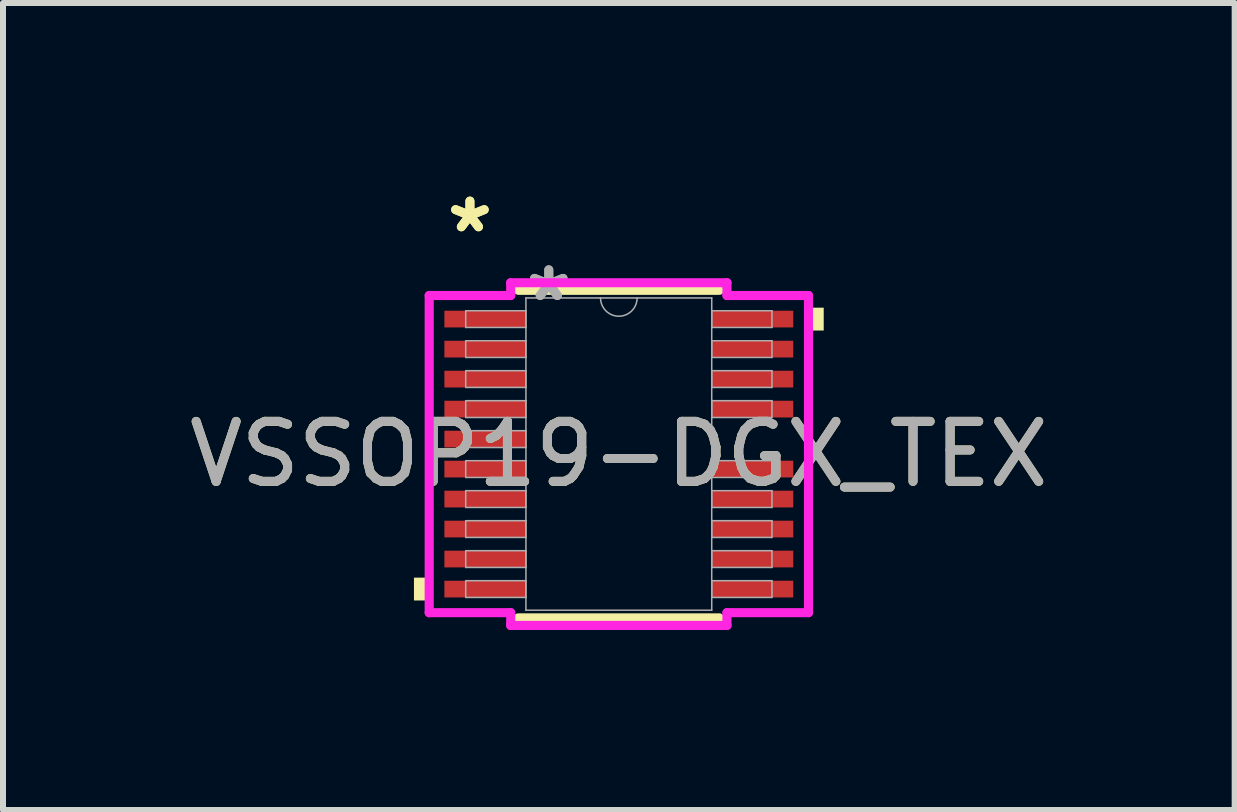
<source format=kicad_pcb>
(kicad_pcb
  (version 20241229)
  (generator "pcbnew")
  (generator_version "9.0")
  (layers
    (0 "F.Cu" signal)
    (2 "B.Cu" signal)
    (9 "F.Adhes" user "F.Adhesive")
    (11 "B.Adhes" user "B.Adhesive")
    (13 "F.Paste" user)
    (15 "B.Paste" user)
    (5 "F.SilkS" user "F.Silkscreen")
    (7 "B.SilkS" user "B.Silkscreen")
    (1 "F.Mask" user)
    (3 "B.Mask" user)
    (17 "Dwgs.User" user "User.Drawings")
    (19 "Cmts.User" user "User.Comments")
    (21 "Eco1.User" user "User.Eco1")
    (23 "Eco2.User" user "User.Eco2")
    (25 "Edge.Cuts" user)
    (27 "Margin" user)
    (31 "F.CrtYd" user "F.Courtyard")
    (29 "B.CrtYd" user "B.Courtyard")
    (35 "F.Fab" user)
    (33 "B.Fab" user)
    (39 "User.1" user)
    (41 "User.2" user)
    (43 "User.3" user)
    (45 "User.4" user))
  (footprint "VSSOP19-DGX_TEX"
    (layer "F.Cu")
    (at 7.268 4.521)
    (property "Reference" "VSSOP19-DGX_TEX" (at 0 0 0) (unlocked yes) (layer "F.SilkS") (effects (font (size 1 1) (thickness 0.15))))
    (attr smd)
    (fp_line (start -1.676 2.731) (end 1.676 2.731) (stroke (width 0.152) (type solid)) (layer "F.SilkS"))
    (fp_line (start 1.676 -2.731) (end -1.676 -2.731) (stroke (width 0.152) (type solid)) (layer "F.SilkS"))
    (fp_poly (pts (xy -3.416 2.06) (xy -3.416 2.441) (xy -3.162 2.441) (xy -3.162 2.06)) (stroke (width 0) (type solid)) (fill yes) (layer "F.SilkS"))
    (fp_poly (pts (xy 3.416 -2.441) (xy 3.416 -2.06) (xy 3.162 -2.06) (xy 3.162 -2.441)) (stroke (width 0) (type solid)) (fill yes) (layer "F.SilkS"))
    (fp_line (start -3.162 -2.644) (end -1.803 -2.644) (stroke (width 0.152) (type solid)) (layer "F.CrtYd"))
    (fp_line (start -3.162 2.644) (end -3.162 -2.644) (stroke (width 0.152) (type solid)) (layer "F.CrtYd"))
    (fp_line (start -3.162 2.644) (end -1.803 2.644) (stroke (width 0.152) (type solid)) (layer "F.CrtYd"))
    (fp_line (start -1.803 -2.857) (end 1.803 -2.857) (stroke (width 0.152) (type solid)) (layer "F.CrtYd"))
    (fp_line (start -1.803 -2.644) (end -1.803 -2.857) (stroke (width 0.152) (type solid)) (layer "F.CrtYd"))
    (fp_line (start -1.803 2.857) (end -1.803 2.644) (stroke (width 0.152) (type solid)) (layer "F.CrtYd"))
    (fp_line (start 1.803 -2.857) (end 1.803 -2.644) (stroke (width 0.152) (type solid)) (layer "F.CrtYd"))
    (fp_line (start 1.803 2.644) (end 1.803 2.857) (stroke (width 0.152) (type solid)) (layer "F.CrtYd"))
    (fp_line (start 1.803 2.857) (end -1.803 2.857) (stroke (width 0.152) (type solid)) (layer "F.CrtYd"))
    (fp_line (start 3.162 -2.644) (end 1.803 -2.644) (stroke (width 0.152) (type solid)) (layer "F.CrtYd"))
    (fp_line (start 3.162 -2.644) (end 3.162 2.644) (stroke (width 0.152) (type solid)) (layer "F.CrtYd"))
    (fp_line (start 3.162 2.644) (end 1.803 2.644) (stroke (width 0.152) (type solid)) (layer "F.CrtYd"))
    (fp_line (start -2.553 -2.39) (end -2.553 -2.111) (stroke (width 0.025) (type solid)) (layer "F.Fab"))
    (fp_line (start -2.553 -2.111) (end -1.549 -2.111) (stroke (width 0.025) (type solid)) (layer "F.Fab"))
    (fp_line (start -2.553 -1.89) (end -2.553 -1.611) (stroke (width 0.025) (type solid)) (layer "F.Fab"))
    (fp_line (start -2.553 -1.611) (end -1.549 -1.611) (stroke (width 0.025) (type solid)) (layer "F.Fab"))
    (fp_line (start -2.553 -1.39) (end -2.553 -1.111) (stroke (width 0.025) (type solid)) (layer "F.Fab"))
    (fp_line (start -2.553 -1.111) (end -1.549 -1.111) (stroke (width 0.025) (type solid)) (layer "F.Fab"))
    (fp_line (start -2.553 -0.89) (end -2.553 -0.61) (stroke (width 0.025) (type solid)) (layer "F.Fab"))
    (fp_line (start -2.553 -0.61) (end -1.549 -0.61) (stroke (width 0.025) (type solid)) (layer "F.Fab"))
    (fp_line (start -2.553 -0.39) (end -2.553 -0.11) (stroke (width 0.025) (type solid)) (layer "F.Fab"))
    (fp_line (start -2.553 -0.11) (end -1.549 -0.11) (stroke (width 0.025) (type solid)) (layer "F.Fab"))
    (fp_line (start -2.553 0.11) (end -2.553 0.39) (stroke (width 0.025) (type solid)) (layer "F.Fab"))
    (fp_line (start -2.553 0.39) (end -1.549 0.39) (stroke (width 0.025) (type solid)) (layer "F.Fab"))
    (fp_line (start -2.553 0.61) (end -2.553 0.89) (stroke (width 0.025) (type solid)) (layer "F.Fab"))
    (fp_line (start -2.553 0.89) (end -1.549 0.89) (stroke (width 0.025) (type solid)) (layer "F.Fab"))
    (fp_line (start -2.553 1.111) (end -2.553 1.39) (stroke (width 0.025) (type solid)) (layer "F.Fab"))
    (fp_line (start -2.553 1.39) (end -1.549 1.39) (stroke (width 0.025) (type solid)) (layer "F.Fab"))
    (fp_line (start -2.553 1.611) (end -2.553 1.89) (stroke (width 0.025) (type solid)) (layer "F.Fab"))
    (fp_line (start -2.553 1.89) (end -1.549 1.89) (stroke (width 0.025) (type solid)) (layer "F.Fab"))
    (fp_line (start -2.553 2.111) (end -2.553 2.39) (stroke (width 0.025) (type solid)) (layer "F.Fab"))
    (fp_line (start -2.553 2.39) (end -1.549 2.39) (stroke (width 0.025) (type solid)) (layer "F.Fab"))
    (fp_line (start -1.549 -2.603) (end -1.549 2.603) (stroke (width 0.025) (type solid)) (layer "F.Fab"))
    (fp_line (start -1.549 -2.39) (end -2.553 -2.39) (stroke (width 0.025) (type solid)) (layer "F.Fab"))
    (fp_line (start -1.549 -2.111) (end -1.549 -2.39) (stroke (width 0.025) (type solid)) (layer "F.Fab"))
    (fp_line (start -1.549 -1.89) (end -2.553 -1.89) (stroke (width 0.025) (type solid)) (layer "F.Fab"))
    (fp_line (start -1.549 -1.611) (end -1.549 -1.89) (stroke (width 0.025) (type solid)) (layer "F.Fab"))
    (fp_line (start -1.549 -1.39) (end -2.553 -1.39) (stroke (width 0.025) (type solid)) (layer "F.Fab"))
    (fp_line (start -1.549 -1.111) (end -1.549 -1.39) (stroke (width 0.025) (type solid)) (layer "F.Fab"))
    (fp_line (start -1.549 -0.89) (end -2.553 -0.89) (stroke (width 0.025) (type solid)) (layer "F.Fab"))
    (fp_line (start -1.549 -0.61) (end -1.549 -0.89) (stroke (width 0.025) (type solid)) (layer "F.Fab"))
    (fp_line (start -1.549 -0.39) (end -2.553 -0.39) (stroke (width 0.025) (type solid)) (layer "F.Fab"))
    (fp_line (start -1.549 -0.11) (end -1.549 -0.39) (stroke (width 0.025) (type solid)) (layer "F.Fab"))
    (fp_line (start -1.549 0.11) (end -2.553 0.11) (stroke (width 0.025) (type solid)) (layer "F.Fab"))
    (fp_line (start -1.549 0.39) (end -1.549 0.11) (stroke (width 0.025) (type solid)) (layer "F.Fab"))
    (fp_line (start -1.549 0.61) (end -2.553 0.61) (stroke (width 0.025) (type solid)) (layer "F.Fab"))
    (fp_line (start -1.549 0.89) (end -1.549 0.61) (stroke (width 0.025) (type solid)) (layer "F.Fab"))
    (fp_line (start -1.549 1.111) (end -2.553 1.111) (stroke (width 0.025) (type solid)) (layer "F.Fab"))
    (fp_line (start -1.549 1.39) (end -1.549 1.111) (stroke (width 0.025) (type solid)) (layer "F.Fab"))
    (fp_line (start -1.549 1.611) (end -2.553 1.611) (stroke (width 0.025) (type solid)) (layer "F.Fab"))
    (fp_line (start -1.549 1.89) (end -1.549 1.611) (stroke (width 0.025) (type solid)) (layer "F.Fab"))
    (fp_line (start -1.549 2.111) (end -2.553 2.111) (stroke (width 0.025) (type solid)) (layer "F.Fab"))
    (fp_line (start -1.549 2.39) (end -1.549 2.111) (stroke (width 0.025) (type solid)) (layer "F.Fab"))
    (fp_line (start -1.549 2.603) (end 1.549 2.603) (stroke (width 0.025) (type solid)) (layer "F.Fab"))
    (fp_line (start 1.549 -2.603) (end -1.549 -2.603) (stroke (width 0.025) (type solid)) (layer "F.Fab"))
    (fp_line (start 1.549 -2.39) (end 1.549 -2.111) (stroke (width 0.025) (type solid)) (layer "F.Fab"))
    (fp_line (start 1.549 -2.111) (end 2.553 -2.111) (stroke (width 0.025) (type solid)) (layer "F.Fab"))
    (fp_line (start 1.549 -1.89) (end 1.549 -1.611) (stroke (width 0.025) (type solid)) (layer "F.Fab"))
    (fp_line (start 1.549 -1.611) (end 2.553 -1.611) (stroke (width 0.025) (type solid)) (layer "F.Fab"))
    (fp_line (start 1.549 -1.39) (end 1.549 -1.111) (stroke (width 0.025) (type solid)) (layer "F.Fab"))
    (fp_line (start 1.549 -1.111) (end 2.553 -1.111) (stroke (width 0.025) (type solid)) (layer "F.Fab"))
    (fp_line (start 1.549 -0.89) (end 1.549 -0.61) (stroke (width 0.025) (type solid)) (layer "F.Fab"))
    (fp_line (start 1.549 -0.61) (end 2.553 -0.61) (stroke (width 0.025) (type solid)) (layer "F.Fab"))
    (fp_line (start 1.549 0.11) (end 1.549 0.39) (stroke (width 0.025) (type solid)) (layer "F.Fab"))
    (fp_line (start 1.549 0.39) (end 2.553 0.39) (stroke (width 0.025) (type solid)) (layer "F.Fab"))
    (fp_line (start 1.549 0.61) (end 1.549 0.89) (stroke (width 0.025) (type solid)) (layer "F.Fab"))
    (fp_line (start 1.549 0.89) (end 2.553 0.89) (stroke (width 0.025) (type solid)) (layer "F.Fab"))
    (fp_line (start 1.549 1.111) (end 1.549 1.39) (stroke (width 0.025) (type solid)) (layer "F.Fab"))
    (fp_line (start 1.549 1.39) (end 2.553 1.39) (stroke (width 0.025) (type solid)) (layer "F.Fab"))
    (fp_line (start 1.549 1.611) (end 1.549 1.89) (stroke (width 0.025) (type solid)) (layer "F.Fab"))
    (fp_line (start 1.549 1.89) (end 2.553 1.89) (stroke (width 0.025) (type solid)) (layer "F.Fab"))
    (fp_line (start 1.549 2.111) (end 1.549 2.39) (stroke (width 0.025) (type solid)) (layer "F.Fab"))
    (fp_line (start 1.549 2.39) (end 2.553 2.39) (stroke (width 0.025) (type solid)) (layer "F.Fab"))
    (fp_line (start 1.549 2.603) (end 1.549 -2.603) (stroke (width 0.025) (type solid)) (layer "F.Fab"))
    (fp_line (start 2.553 -2.39) (end 1.549 -2.39) (stroke (width 0.025) (type solid)) (layer "F.Fab"))
    (fp_line (start 2.553 -2.111) (end 2.553 -2.39) (stroke (width 0.025) (type solid)) (layer "F.Fab"))
    (fp_line (start 2.553 -1.89) (end 1.549 -1.89) (stroke (width 0.025) (type solid)) (layer "F.Fab"))
    (fp_line (start 2.553 -1.611) (end 2.553 -1.89) (stroke (width 0.025) (type solid)) (layer "F.Fab"))
    (fp_line (start 2.553 -1.39) (end 1.549 -1.39) (stroke (width 0.025) (type solid)) (layer "F.Fab"))
    (fp_line (start 2.553 -1.111) (end 2.553 -1.39) (stroke (width 0.025) (type solid)) (layer "F.Fab"))
    (fp_line (start 2.553 -0.89) (end 1.549 -0.89) (stroke (width 0.025) (type solid)) (layer "F.Fab"))
    (fp_line (start 2.553 -0.61) (end 2.553 -0.89) (stroke (width 0.025) (type solid)) (layer "F.Fab"))
    (fp_line (start 2.553 0.11) (end 1.549 0.11) (stroke (width 0.025) (type solid)) (layer "F.Fab"))
    (fp_line (start 2.553 0.39) (end 2.553 0.11) (stroke (width 0.025) (type solid)) (layer "F.Fab"))
    (fp_line (start 2.553 0.61) (end 1.549 0.61) (stroke (width 0.025) (type solid)) (layer "F.Fab"))
    (fp_line (start 2.553 0.89) (end 2.553 0.61) (stroke (width 0.025) (type solid)) (layer "F.Fab"))
    (fp_line (start 2.553 1.111) (end 1.549 1.111) (stroke (width 0.025) (type solid)) (layer "F.Fab"))
    (fp_line (start 2.553 1.39) (end 2.553 1.111) (stroke (width 0.025) (type solid)) (layer "F.Fab"))
    (fp_line (start 2.553 1.611) (end 1.549 1.611) (stroke (width 0.025) (type solid)) (layer "F.Fab"))
    (fp_line (start 2.553 1.89) (end 2.553 1.611) (stroke (width 0.025) (type solid)) (layer "F.Fab"))
    (fp_line (start 2.553 2.111) (end 1.549 2.111) (stroke (width 0.025) (type solid)) (layer "F.Fab"))
    (fp_line (start 2.553 2.39) (end 2.553 2.111) (stroke (width 0.025) (type solid)) (layer "F.Fab"))
    (fp_arc (start 0.3048 -2.6035) (mid 0 -2.2987) (end -0.3048 -2.6035) (stroke (width 0.0254) (type solid)) (layer "F.Fab"))
    (fp_text user "*" (at -2.483 -3.673 0) (unlocked yes) (layer "F.SilkS") (effects (font (size 1 1) (thickness 0.15))))
    (fp_text user "*" (at -2.483 -3.673 0) (layer "F.SilkS") (effects (font (size 1 1) (thickness 0.15))))
    (fp_text user "*" (at -1.168 -2.527 0) (unlocked yes) (layer "F.Fab") (effects (font (size 1 1) (thickness 0.15))))
    (fp_text user "*" (at -1.168 -2.527 0) (layer "F.Fab") (effects (font (size 1 1) (thickness 0.15))))
    (fp_text user "${REFERENCE}" (at 0 0 0) (unlocked yes) (layer "F.Fab") (effects (font (size 1 1) (thickness 0.15))))
    (pad "1" smd rect (at -2.229 -2.251) (size 1.359 0.279) (layers "F.Cu" "F.Mask" "F.Paste"))
    (pad "2" smd rect (at -2.229 -1.75) (size 1.359 0.279) (layers "F.Cu" "F.Mask" "F.Paste"))
    (pad "3" smd rect (at -2.229 -1.25) (size 1.359 0.279) (layers "F.Cu" "F.Mask" "F.Paste"))
    (pad "4" smd rect (at -2.229 -0.75) (size 1.359 0.279) (layers "F.Cu" "F.Mask" "F.Paste"))
    (pad "5" smd rect (at -2.229 -0.25) (size 1.359 0.279) (layers "F.Cu" "F.Mask" "F.Paste"))
    (pad "6" smd rect (at -2.229 0.25) (size 1.359 0.279) (layers "F.Cu" "F.Mask" "F.Paste"))
    (pad "7" smd rect (at -2.229 0.75) (size 1.359 0.279) (layers "F.Cu" "F.Mask" "F.Paste"))
    (pad "8" smd rect (at -2.229 1.25) (size 1.359 0.279) (layers "F.Cu" "F.Mask" "F.Paste"))
    (pad "9" smd rect (at -2.229 1.75) (size 1.359 0.279) (layers "F.Cu" "F.Mask" "F.Paste"))
    (pad "10" smd rect (at -2.229 2.251) (size 1.359 0.279) (layers "F.Cu" "F.Mask" "F.Paste"))
    (pad "11" smd rect (at 2.229 2.251) (size 1.359 0.279) (layers "F.Cu" "F.Mask" "F.Paste"))
    (pad "12" smd rect (at 2.229 1.75) (size 1.359 0.279) (layers "F.Cu" "F.Mask" "F.Paste"))
    (pad "13" smd rect (at 2.229 1.25) (size 1.359 0.279) (layers "F.Cu" "F.Mask" "F.Paste"))
    (pad "14" smd rect (at 2.229 0.75) (size 1.359 0.279) (layers "F.Cu" "F.Mask" "F.Paste"))
    (pad "15" smd rect (at 2.229 0.25) (size 1.359 0.279) (layers "F.Cu" "F.Mask" "F.Paste"))
    (pad "17" smd rect (at 2.229 -0.75) (size 1.359 0.279) (layers "F.Cu" "F.Mask" "F.Paste"))
    (pad "18" smd rect (at 2.229 -1.25) (size 1.359 0.279) (layers "F.Cu" "F.Mask" "F.Paste"))
    (pad "19" smd rect (at 2.229 -1.75) (size 1.359 0.279) (layers "F.Cu" "F.Mask" "F.Paste"))
    (pad "20" smd rect (at 2.229 -2.251) (size 1.359 0.279) (layers "F.Cu" "F.Mask" "F.Paste")))
  (gr_rect
    (start -3 -3)
    (end 17.536 10.455)
    (stroke (width 0.1) (type default))
    (fill no)
    (layer "Edge.Cuts")))
</source>
